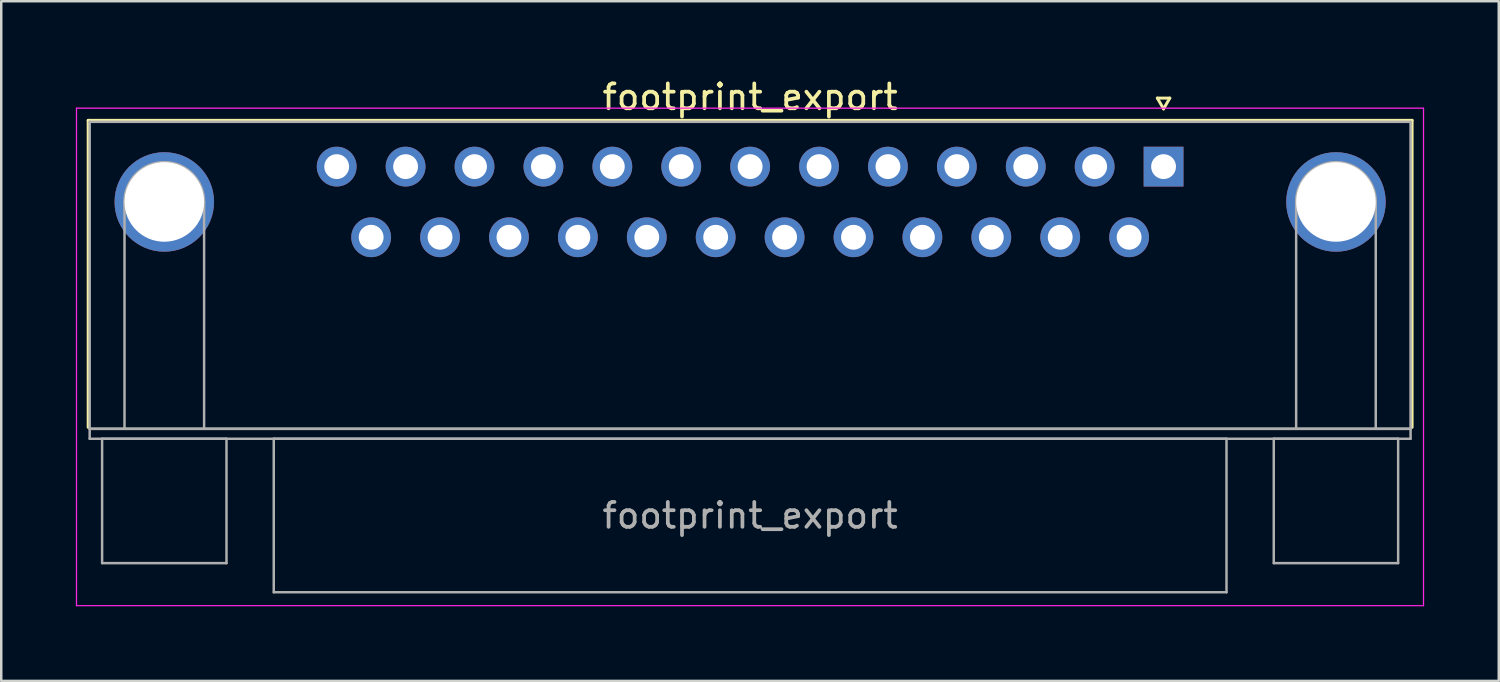
<source format=kicad_pcb>
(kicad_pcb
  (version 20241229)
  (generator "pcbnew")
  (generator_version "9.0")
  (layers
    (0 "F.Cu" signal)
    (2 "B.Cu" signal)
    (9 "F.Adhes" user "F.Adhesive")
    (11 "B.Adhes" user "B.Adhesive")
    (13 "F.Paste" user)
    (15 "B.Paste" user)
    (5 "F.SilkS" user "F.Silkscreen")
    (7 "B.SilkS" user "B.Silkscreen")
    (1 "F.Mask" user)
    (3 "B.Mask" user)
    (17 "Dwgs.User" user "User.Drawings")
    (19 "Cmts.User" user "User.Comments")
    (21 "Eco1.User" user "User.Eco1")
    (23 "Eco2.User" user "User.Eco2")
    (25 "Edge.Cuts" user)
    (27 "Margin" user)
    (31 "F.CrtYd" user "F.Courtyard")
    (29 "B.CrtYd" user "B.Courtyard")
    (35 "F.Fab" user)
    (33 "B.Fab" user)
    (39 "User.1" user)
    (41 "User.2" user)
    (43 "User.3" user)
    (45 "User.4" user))
  (footprint "footprint_export"
    (layer "F.Cu")
    (at 43.725 3.648)
    (property "Reference" "footprint_export" (at -16.62 -2.8 0) (layer "F.SilkS") (effects (font (size 1 1) (thickness 0.15))))
    (attr through_hole)
    (fp_line (start -43.23 -1.86) (end 9.99 -1.86) (stroke (width 0.12) (type solid)) (layer "F.SilkS"))
    (fp_line (start -43.23 10.48) (end -43.23 -1.86) (stroke (width 0.12) (type solid)) (layer "F.SilkS"))
    (fp_line (start -0.25 -2.754) (end 0.25 -2.754) (stroke (width 0.12) (type solid)) (layer "F.SilkS"))
    (fp_line (start 0 -2.321) (end -0.25 -2.754) (stroke (width 0.12) (type solid)) (layer "F.SilkS"))
    (fp_line (start 0.25 -2.754) (end 0 -2.321) (stroke (width 0.12) (type solid)) (layer "F.SilkS"))
    (fp_line (start 9.99 -1.86) (end 9.99 10.48) (stroke (width 0.12) (type solid)) (layer "F.SilkS"))
    (fp_line (start -43.7 -2.35) (end -43.7 17.65) (stroke (width 0.05) (type solid)) (layer "F.CrtYd"))
    (fp_line (start -43.7 17.65) (end 10.45 17.65) (stroke (width 0.05) (type solid)) (layer "F.CrtYd"))
    (fp_line (start 10.45 -2.35) (end -43.7 -2.35) (stroke (width 0.05) (type solid)) (layer "F.CrtYd"))
    (fp_line (start 10.45 17.65) (end 10.45 -2.35) (stroke (width 0.05) (type solid)) (layer "F.CrtYd"))
    (fp_line (start -43.17 -1.8) (end -43.17 10.54) (stroke (width 0.1) (type solid)) (layer "F.Fab"))
    (fp_line (start -43.17 10.54) (end -43.17 10.94) (stroke (width 0.1) (type solid)) (layer "F.Fab"))
    (fp_line (start -43.17 10.54) (end 9.93 10.54) (stroke (width 0.1) (type solid)) (layer "F.Fab"))
    (fp_line (start -43.17 10.94) (end 9.93 10.94) (stroke (width 0.1) (type solid)) (layer "F.Fab"))
    (fp_line (start -42.67 10.94) (end -42.67 15.94) (stroke (width 0.1) (type solid)) (layer "F.Fab"))
    (fp_line (start -42.67 15.94) (end -37.67 15.94) (stroke (width 0.1) (type solid)) (layer "F.Fab"))
    (fp_line (start -41.77 10.54) (end -41.77 1.42) (stroke (width 0.1) (type solid)) (layer "F.Fab"))
    (fp_line (start -38.57 10.54) (end -38.57 1.42) (stroke (width 0.1) (type solid)) (layer "F.Fab"))
    (fp_line (start -37.67 10.94) (end -42.67 10.94) (stroke (width 0.1) (type solid)) (layer "F.Fab"))
    (fp_line (start -37.67 15.94) (end -37.67 10.94) (stroke (width 0.1) (type solid)) (layer "F.Fab"))
    (fp_line (start -35.77 10.94) (end -35.77 17.11) (stroke (width 0.1) (type solid)) (layer "F.Fab"))
    (fp_line (start -35.77 17.11) (end 2.53 17.11) (stroke (width 0.1) (type solid)) (layer "F.Fab"))
    (fp_line (start 2.53 10.94) (end -35.77 10.94) (stroke (width 0.1) (type solid)) (layer "F.Fab"))
    (fp_line (start 2.53 17.11) (end 2.53 10.94) (stroke (width 0.1) (type solid)) (layer "F.Fab"))
    (fp_line (start 4.43 10.94) (end 4.43 15.94) (stroke (width 0.1) (type solid)) (layer "F.Fab"))
    (fp_line (start 4.43 15.94) (end 9.43 15.94) (stroke (width 0.1) (type solid)) (layer "F.Fab"))
    (fp_line (start 5.33 10.54) (end 5.33 1.42) (stroke (width 0.1) (type solid)) (layer "F.Fab"))
    (fp_line (start 8.53 10.54) (end 8.53 1.42) (stroke (width 0.1) (type solid)) (layer "F.Fab"))
    (fp_line (start 9.43 10.94) (end 4.43 10.94) (stroke (width 0.1) (type solid)) (layer "F.Fab"))
    (fp_line (start 9.43 15.94) (end 9.43 10.94) (stroke (width 0.1) (type solid)) (layer "F.Fab"))
    (fp_line (start 9.93 -1.8) (end -43.17 -1.8) (stroke (width 0.1) (type solid)) (layer "F.Fab"))
    (fp_line (start 9.93 10.54) (end -43.17 10.54) (stroke (width 0.1) (type solid)) (layer "F.Fab"))
    (fp_line (start 9.93 10.54) (end 9.93 -1.8) (stroke (width 0.1) (type solid)) (layer "F.Fab"))
    (fp_line (start 9.93 10.94) (end 9.93 10.54) (stroke (width 0.1) (type solid)) (layer "F.Fab"))
    (fp_arc (start -41.77 1.42) (mid -40.17 -0.18) (end -38.57 1.42) (stroke (width 0.1) (type solid)) (layer "F.Fab"))
    (fp_arc (start 5.33 1.42) (mid 6.93 -0.18) (end 8.53 1.42) (stroke (width 0.1) (type solid)) (layer "F.Fab"))
    (fp_text user "${REFERENCE}" (at -16.62 14.025 0) (layer "F.Fab") (effects (font (size 1 1) (thickness 0.15))))
    (pad "0" thru_hole circle (at -40.17 1.42) (size 4 4) (drill 3.2) (layers "*.Cu" "*.Mask"))
    (pad "0" thru_hole circle (at 6.93 1.42) (size 4 4) (drill 3.2) (layers "*.Cu" "*.Mask"))
    (pad "1" thru_hole rect (at 0 0) (size 1.6 1.6) (drill 1) (layers "*.Cu" "*.Mask"))
    (pad "2" thru_hole circle (at -2.77 0) (size 1.6 1.6) (drill 1) (layers "*.Cu" "*.Mask"))
    (pad "3" thru_hole circle (at -5.54 0) (size 1.6 1.6) (drill 1) (layers "*.Cu" "*.Mask"))
    (pad "4" thru_hole circle (at -8.31 0) (size 1.6 1.6) (drill 1) (layers "*.Cu" "*.Mask"))
    (pad "5" thru_hole circle (at -11.08 0) (size 1.6 1.6) (drill 1) (layers "*.Cu" "*.Mask"))
    (pad "6" thru_hole circle (at -13.85 0) (size 1.6 1.6) (drill 1) (layers "*.Cu" "*.Mask"))
    (pad "7" thru_hole circle (at -16.62 0) (size 1.6 1.6) (drill 1) (layers "*.Cu" "*.Mask"))
    (pad "8" thru_hole circle (at -19.39 0) (size 1.6 1.6) (drill 1) (layers "*.Cu" "*.Mask"))
    (pad "9" thru_hole circle (at -22.16 0) (size 1.6 1.6) (drill 1) (layers "*.Cu" "*.Mask"))
    (pad "10" thru_hole circle (at -24.93 0) (size 1.6 1.6) (drill 1) (layers "*.Cu" "*.Mask"))
    (pad "11" thru_hole circle (at -27.7 0) (size 1.6 1.6) (drill 1) (layers "*.Cu" "*.Mask"))
    (pad "12" thru_hole circle (at -30.47 0) (size 1.6 1.6) (drill 1) (layers "*.Cu" "*.Mask"))
    (pad "13" thru_hole circle (at -33.24 0) (size 1.6 1.6) (drill 1) (layers "*.Cu" "*.Mask"))
    (pad "14" thru_hole circle (at -1.385 2.84) (size 1.6 1.6) (drill 1) (layers "*.Cu" "*.Mask"))
    (pad "15" thru_hole circle (at -4.155 2.84) (size 1.6 1.6) (drill 1) (layers "*.Cu" "*.Mask"))
    (pad "16" thru_hole circle (at -6.925 2.84) (size 1.6 1.6) (drill 1) (layers "*.Cu" "*.Mask"))
    (pad "17" thru_hole circle (at -9.695 2.84) (size 1.6 1.6) (drill 1) (layers "*.Cu" "*.Mask"))
    (pad "18" thru_hole circle (at -12.465 2.84) (size 1.6 1.6) (drill 1) (layers "*.Cu" "*.Mask"))
    (pad "19" thru_hole circle (at -15.235 2.84) (size 1.6 1.6) (drill 1) (layers "*.Cu" "*.Mask"))
    (pad "20" thru_hole circle (at -18.005 2.84) (size 1.6 1.6) (drill 1) (layers "*.Cu" "*.Mask"))
    (pad "21" thru_hole circle (at -20.775 2.84) (size 1.6 1.6) (drill 1) (layers "*.Cu" "*.Mask"))
    (pad "22" thru_hole circle (at -23.545 2.84) (size 1.6 1.6) (drill 1) (layers "*.Cu" "*.Mask"))
    (pad "23" thru_hole circle (at -26.315 2.84) (size 1.6 1.6) (drill 1) (layers "*.Cu" "*.Mask"))
    (pad "24" thru_hole circle (at -29.085 2.84) (size 1.6 1.6) (drill 1) (layers "*.Cu" "*.Mask"))
    (pad "25" thru_hole circle (at -31.855 2.84) (size 1.6 1.6) (drill 1) (layers "*.Cu" "*.Mask")))
  (gr_rect
    (start -3 -3)
    (end 57.2 24.323)
    (stroke (width 0.1) (type default))
    (fill no)
    (layer "Edge.Cuts")))
</source>
